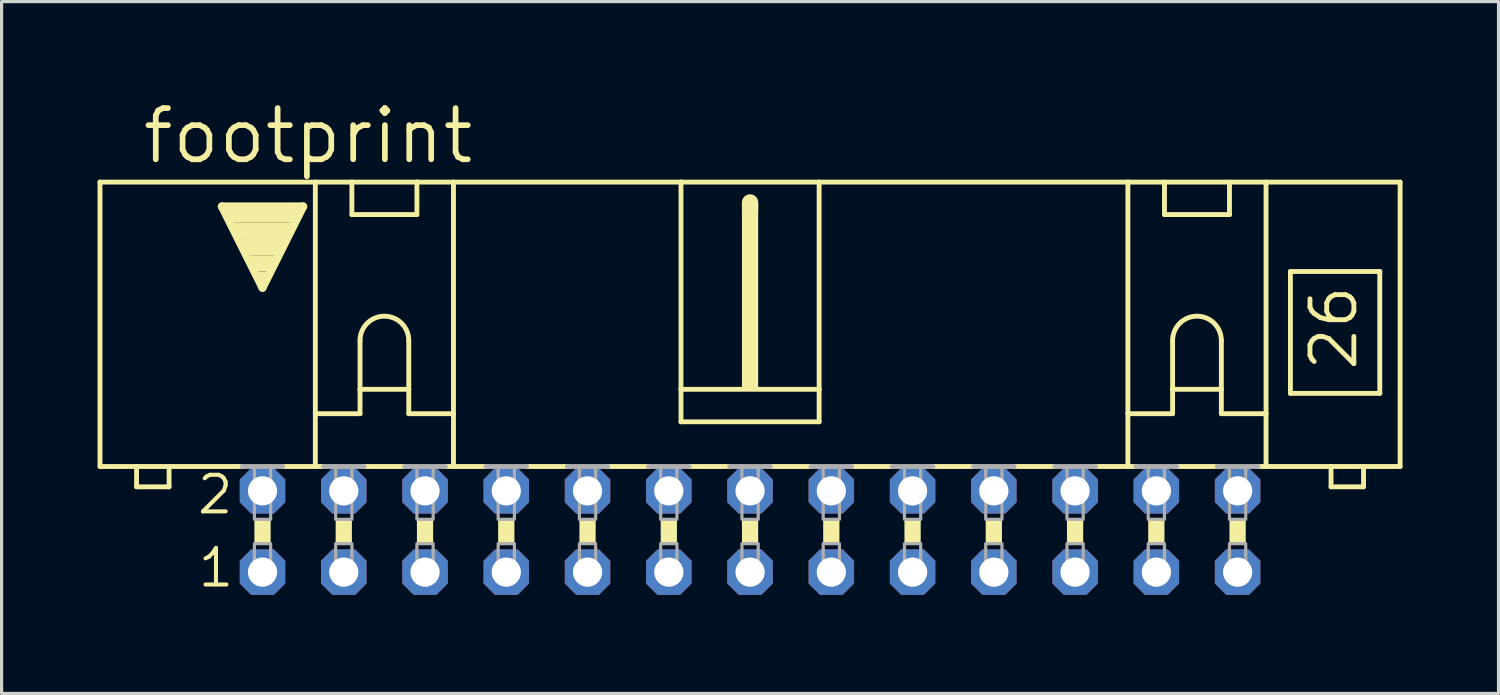
<source format=kicad_pcb>
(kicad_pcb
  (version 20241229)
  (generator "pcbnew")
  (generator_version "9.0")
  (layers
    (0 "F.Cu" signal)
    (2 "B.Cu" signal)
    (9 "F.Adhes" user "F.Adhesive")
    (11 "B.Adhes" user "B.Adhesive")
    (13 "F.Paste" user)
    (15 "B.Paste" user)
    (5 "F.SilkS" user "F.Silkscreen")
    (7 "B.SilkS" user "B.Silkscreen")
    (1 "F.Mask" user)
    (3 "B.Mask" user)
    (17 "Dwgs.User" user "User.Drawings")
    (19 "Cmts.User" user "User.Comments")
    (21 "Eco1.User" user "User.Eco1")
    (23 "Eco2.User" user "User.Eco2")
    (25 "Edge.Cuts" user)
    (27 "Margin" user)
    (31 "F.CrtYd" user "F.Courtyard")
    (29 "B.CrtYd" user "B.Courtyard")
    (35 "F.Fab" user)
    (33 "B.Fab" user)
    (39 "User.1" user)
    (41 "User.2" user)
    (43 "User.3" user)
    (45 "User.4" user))
  (footprint "footprint"
    (layer "F.Cu")
    (at 20.396 13.564)
    (property "Reference" "footprint" (at -19.075 -11.43 0) (layer "F.SilkS") (effects (font (size 1.6 1.6) (thickness 0.178)) (justify left bottom)))
    (fp_line (start -20.32 -2.032) (end -20.32 -10.922) (stroke (width 0.152) (type solid)) (layer "F.SilkS"))
    (fp_line (start -20.32 -2.032) (end -19.177 -2.032) (stroke (width 0.152) (type solid)) (layer "F.SilkS"))
    (fp_line (start -19.177 -2.032) (end -19.177 -1.397) (stroke (width 0.152) (type solid)) (layer "F.SilkS"))
    (fp_line (start -19.177 -2.032) (end -18.161 -2.032) (stroke (width 0.152) (type solid)) (layer "F.SilkS"))
    (fp_line (start -18.161 -2.032) (end -15.875 -2.032) (stroke (width 0.152) (type solid)) (layer "F.SilkS"))
    (fp_line (start -18.161 -1.397) (end -19.177 -1.397) (stroke (width 0.152) (type solid)) (layer "F.SilkS"))
    (fp_line (start -18.161 -1.397) (end -18.161 -2.032) (stroke (width 0.152) (type solid)) (layer "F.SilkS"))
    (fp_line (start -16.51 -10.16) (end -13.97 -10.16) (stroke (width 0.254) (type solid)) (layer "F.SilkS"))
    (fp_line (start -15.24 -7.62) (end -16.51 -10.16) (stroke (width 0.254) (type solid)) (layer "F.SilkS"))
    (fp_line (start -14.605 -2.032) (end -13.589 -2.032) (stroke (width 0.152) (type solid)) (layer "F.SilkS"))
    (fp_line (start -13.97 -10.16) (end -15.24 -7.62) (stroke (width 0.254) (type solid)) (layer "F.SilkS"))
    (fp_line (start -13.589 -10.922) (end -20.32 -10.922) (stroke (width 0.152) (type solid)) (layer "F.SilkS"))
    (fp_line (start -13.589 -10.922) (end -12.446 -10.922) (stroke (width 0.152) (type solid)) (layer "F.SilkS"))
    (fp_line (start -13.589 -3.683) (end -13.589 -10.922) (stroke (width 0.152) (type solid)) (layer "F.SilkS"))
    (fp_line (start -13.589 -3.683) (end -13.589 -2.032) (stroke (width 0.152) (type solid)) (layer "F.SilkS"))
    (fp_line (start -13.589 -3.683) (end -12.192 -3.683) (stroke (width 0.152) (type solid)) (layer "F.SilkS"))
    (fp_line (start -13.589 -2.032) (end -13.335 -2.032) (stroke (width 0.152) (type solid)) (layer "F.SilkS"))
    (fp_line (start -12.446 -10.922) (end -10.414 -10.922) (stroke (width 0.152) (type solid)) (layer "F.SilkS"))
    (fp_line (start -12.446 -9.906) (end -12.446 -10.922) (stroke (width 0.152) (type solid)) (layer "F.SilkS"))
    (fp_line (start -12.446 -9.906) (end -10.414 -9.906) (stroke (width 0.152) (type solid)) (layer "F.SilkS"))
    (fp_line (start -12.192 -5.969) (end -12.192 -4.445) (stroke (width 0.152) (type solid)) (layer "F.SilkS"))
    (fp_line (start -12.192 -4.445) (end -12.192 -3.683) (stroke (width 0.152) (type solid)) (layer "F.SilkS"))
    (fp_line (start -12.192 -4.445) (end -10.668 -4.445) (stroke (width 0.152) (type solid)) (layer "F.SilkS"))
    (fp_line (start -12.065 -2.032) (end -10.795 -2.032) (stroke (width 0.152) (type solid)) (layer "F.SilkS"))
    (fp_line (start -10.668 -5.969) (end -10.668 -4.445) (stroke (width 0.152) (type solid)) (layer "F.SilkS"))
    (fp_line (start -10.668 -4.445) (end -10.668 -3.683) (stroke (width 0.152) (type solid)) (layer "F.SilkS"))
    (fp_line (start -10.668 -3.683) (end -9.271 -3.683) (stroke (width 0.152) (type solid)) (layer "F.SilkS"))
    (fp_line (start -10.414 -10.922) (end -10.414 -9.906) (stroke (width 0.152) (type solid)) (layer "F.SilkS"))
    (fp_line (start -10.414 -10.922) (end -9.271 -10.922) (stroke (width 0.152) (type solid)) (layer "F.SilkS"))
    (fp_line (start -9.271 -10.922) (end -2.159 -10.922) (stroke (width 0.152) (type solid)) (layer "F.SilkS"))
    (fp_line (start -9.271 -3.683) (end -9.271 -10.922) (stroke (width 0.152) (type solid)) (layer "F.SilkS"))
    (fp_line (start -9.271 -3.683) (end -9.271 -2.032) (stroke (width 0.152) (type solid)) (layer "F.SilkS"))
    (fp_line (start -9.271 -2.032) (end -9.525 -2.032) (stroke (width 0.152) (type solid)) (layer "F.SilkS"))
    (fp_line (start -9.271 -2.032) (end -8.255 -2.032) (stroke (width 0.152) (type solid)) (layer "F.SilkS"))
    (fp_line (start -6.985 -2.032) (end -5.715 -2.032) (stroke (width 0.152) (type solid)) (layer "F.SilkS"))
    (fp_line (start -4.445 -2.032) (end -3.175 -2.032) (stroke (width 0.152) (type solid)) (layer "F.SilkS"))
    (fp_line (start -2.159 -10.922) (end -2.159 -4.445) (stroke (width 0.152) (type solid)) (layer "F.SilkS"))
    (fp_line (start -2.159 -10.922) (end 2.159 -10.922) (stroke (width 0.152) (type solid)) (layer "F.SilkS"))
    (fp_line (start -2.159 -4.445) (end -2.159 -3.429) (stroke (width 0.152) (type solid)) (layer "F.SilkS"))
    (fp_line (start -1.905 -2.032) (end -0.635 -2.032) (stroke (width 0.152) (type solid)) (layer "F.SilkS"))
    (fp_line (start 0 -10.033) (end 0 -10.287) (stroke (width 0.508) (type solid)) (layer "F.SilkS"))
    (fp_line (start 0.635 -2.032) (end 1.905 -2.032) (stroke (width 0.152) (type solid)) (layer "F.SilkS"))
    (fp_line (start 2.159 -10.922) (end 2.159 -4.445) (stroke (width 0.152) (type solid)) (layer "F.SilkS"))
    (fp_line (start 2.159 -10.922) (end 11.811 -10.922) (stroke (width 0.152) (type solid)) (layer "F.SilkS"))
    (fp_line (start 2.159 -4.445) (end -2.159 -4.445) (stroke (width 0.152) (type solid)) (layer "F.SilkS"))
    (fp_line (start 2.159 -4.445) (end 2.159 -3.429) (stroke (width 0.152) (type solid)) (layer "F.SilkS"))
    (fp_line (start 2.159 -3.429) (end -2.159 -3.429) (stroke (width 0.152) (type solid)) (layer "F.SilkS"))
    (fp_line (start 3.175 -2.032) (end 4.445 -2.032) (stroke (width 0.152) (type solid)) (layer "F.SilkS"))
    (fp_line (start 5.715 -2.032) (end 6.985 -2.032) (stroke (width 0.152) (type solid)) (layer "F.SilkS"))
    (fp_line (start 8.255 -2.032) (end 9.525 -2.032) (stroke (width 0.152) (type solid)) (layer "F.SilkS"))
    (fp_line (start 10.795 -2.032) (end 11.811 -2.032) (stroke (width 0.152) (type solid)) (layer "F.SilkS"))
    (fp_line (start 11.811 -10.922) (end 16.129 -10.922) (stroke (width 0.152) (type solid)) (layer "F.SilkS"))
    (fp_line (start 11.811 -3.683) (end 11.811 -10.922) (stroke (width 0.152) (type solid)) (layer "F.SilkS"))
    (fp_line (start 11.811 -3.683) (end 11.811 -2.032) (stroke (width 0.152) (type solid)) (layer "F.SilkS"))
    (fp_line (start 11.811 -3.683) (end 13.208 -3.683) (stroke (width 0.152) (type solid)) (layer "F.SilkS"))
    (fp_line (start 11.811 -2.032) (end 12.065 -2.032) (stroke (width 0.152) (type solid)) (layer "F.SilkS"))
    (fp_line (start 12.954 -9.906) (end 12.954 -10.922) (stroke (width 0.152) (type solid)) (layer "F.SilkS"))
    (fp_line (start 12.954 -9.906) (end 14.986 -9.906) (stroke (width 0.152) (type solid)) (layer "F.SilkS"))
    (fp_line (start 13.208 -5.969) (end 13.208 -4.445) (stroke (width 0.152) (type solid)) (layer "F.SilkS"))
    (fp_line (start 13.208 -4.445) (end 13.208 -3.683) (stroke (width 0.152) (type solid)) (layer "F.SilkS"))
    (fp_line (start 13.208 -4.445) (end 14.732 -4.445) (stroke (width 0.152) (type solid)) (layer "F.SilkS"))
    (fp_line (start 13.335 -2.032) (end 14.732 -2.032) (stroke (width 0.152) (type solid)) (layer "F.SilkS"))
    (fp_line (start 14.732 -5.969) (end 14.732 -4.445) (stroke (width 0.152) (type solid)) (layer "F.SilkS"))
    (fp_line (start 14.732 -4.445) (end 14.732 -3.683) (stroke (width 0.152) (type solid)) (layer "F.SilkS"))
    (fp_line (start 14.732 -3.683) (end 16.129 -3.683) (stroke (width 0.152) (type solid)) (layer "F.SilkS"))
    (fp_line (start 14.986 -10.922) (end 14.986 -9.906) (stroke (width 0.152) (type solid)) (layer "F.SilkS"))
    (fp_line (start 16.129 -10.922) (end 20.32 -10.922) (stroke (width 0.152) (type solid)) (layer "F.SilkS"))
    (fp_line (start 16.129 -3.683) (end 16.129 -10.922) (stroke (width 0.152) (type solid)) (layer "F.SilkS"))
    (fp_line (start 16.129 -3.683) (end 16.129 -2.032) (stroke (width 0.152) (type solid)) (layer "F.SilkS"))
    (fp_line (start 16.129 -2.032) (end 15.875 -2.032) (stroke (width 0.152) (type solid)) (layer "F.SilkS"))
    (fp_line (start 16.891 -8.128) (end 16.891 -4.318) (stroke (width 0.152) (type solid)) (layer "F.SilkS"))
    (fp_line (start 16.891 -8.128) (end 19.685 -8.128) (stroke (width 0.152) (type solid)) (layer "F.SilkS"))
    (fp_line (start 16.891 -4.318) (end 19.685 -4.318) (stroke (width 0.152) (type solid)) (layer "F.SilkS"))
    (fp_line (start 18.161 -2.032) (end 16.129 -2.032) (stroke (width 0.152) (type solid)) (layer "F.SilkS"))
    (fp_line (start 18.161 -2.032) (end 18.161 -1.397) (stroke (width 0.152) (type solid)) (layer "F.SilkS"))
    (fp_line (start 19.177 -2.032) (end 18.161 -2.032) (stroke (width 0.152) (type solid)) (layer "F.SilkS"))
    (fp_line (start 19.177 -1.397) (end 18.161 -1.397) (stroke (width 0.152) (type solid)) (layer "F.SilkS"))
    (fp_line (start 19.177 -1.397) (end 19.177 -2.032) (stroke (width 0.152) (type solid)) (layer "F.SilkS"))
    (fp_line (start 19.685 -4.318) (end 19.685 -8.128) (stroke (width 0.152) (type solid)) (layer "F.SilkS"))
    (fp_line (start 20.32 -2.032) (end 19.177 -2.032) (stroke (width 0.152) (type solid)) (layer "F.SilkS"))
    (fp_line (start 20.32 -2.032) (end 20.32 -10.922) (stroke (width 0.152) (type solid)) (layer "F.SilkS"))
    (fp_arc (start -12.192 -5.969) (mid -11.43 -6.731) (end -10.668 -5.969) (stroke (width 0.1524) (type solid)) (layer "F.SilkS"))
    (fp_arc (start 13.208 -5.969) (mid 13.97 -6.731) (end 14.732 -5.969) (stroke (width 0.1524) (type solid)) (layer "F.SilkS"))
    (fp_poly (pts (xy -16.383 -9.652) (xy -14.097 -9.652) (xy -14.097 -10.16) (xy -16.383 -10.16)) (stroke (width 0) (type solid)) (fill yes) (layer "F.SilkS"))
    (fp_poly (pts (xy -16.129 -9.144) (xy -14.351 -9.144) (xy -14.351 -9.652) (xy -16.129 -9.652)) (stroke (width 0) (type solid)) (fill yes) (layer "F.SilkS"))
    (fp_poly (pts (xy -15.875 -8.636) (xy -14.605 -8.636) (xy -14.605 -9.144) (xy -15.875 -9.144)) (stroke (width 0) (type solid)) (fill yes) (layer "F.SilkS"))
    (fp_poly (pts (xy -15.621 -8.128) (xy -14.859 -8.128) (xy -14.859 -8.636) (xy -15.621 -8.636)) (stroke (width 0) (type solid)) (fill yes) (layer "F.SilkS"))
    (fp_poly (pts (xy -15.494 0.381) (xy -14.986 0.381) (xy -14.986 -0.381) (xy -15.494 -0.381)) (stroke (width 0) (type solid)) (fill yes) (layer "F.SilkS"))
    (fp_poly (pts (xy -15.367 -7.874) (xy -15.113 -7.874) (xy -15.113 -8.128) (xy -15.367 -8.128)) (stroke (width 0) (type solid)) (fill yes) (layer "F.SilkS"))
    (fp_poly (pts (xy -12.954 0.381) (xy -12.446 0.381) (xy -12.446 -0.381) (xy -12.954 -0.381)) (stroke (width 0) (type solid)) (fill yes) (layer "F.SilkS"))
    (fp_poly (pts (xy -10.414 0.381) (xy -9.906 0.381) (xy -9.906 -0.381) (xy -10.414 -0.381)) (stroke (width 0) (type solid)) (fill yes) (layer "F.SilkS"))
    (fp_poly (pts (xy -7.874 0.381) (xy -7.366 0.381) (xy -7.366 -0.381) (xy -7.874 -0.381)) (stroke (width 0) (type solid)) (fill yes) (layer "F.SilkS"))
    (fp_poly (pts (xy -5.334 0.381) (xy -4.826 0.381) (xy -4.826 -0.381) (xy -5.334 -0.381)) (stroke (width 0) (type solid)) (fill yes) (layer "F.SilkS"))
    (fp_poly (pts (xy -2.794 0.381) (xy -2.286 0.381) (xy -2.286 -0.381) (xy -2.794 -0.381)) (stroke (width 0) (type solid)) (fill yes) (layer "F.SilkS"))
    (fp_poly (pts (xy -0.254 -4.445) (xy 0.254 -4.445) (xy 0.254 -10.287) (xy -0.254 -10.287)) (stroke (width 0) (type solid)) (fill yes) (layer "F.SilkS"))
    (fp_poly (pts (xy -0.254 0.381) (xy 0.254 0.381) (xy 0.254 -0.381) (xy -0.254 -0.381)) (stroke (width 0) (type solid)) (fill yes) (layer "F.SilkS"))
    (fp_poly (pts (xy 2.286 0.381) (xy 2.794 0.381) (xy 2.794 -0.381) (xy 2.286 -0.381)) (stroke (width 0) (type solid)) (fill yes) (layer "F.SilkS"))
    (fp_poly (pts (xy 4.826 0.381) (xy 5.334 0.381) (xy 5.334 -0.381) (xy 4.826 -0.381)) (stroke (width 0) (type solid)) (fill yes) (layer "F.SilkS"))
    (fp_poly (pts (xy 7.366 0.381) (xy 7.874 0.381) (xy 7.874 -0.381) (xy 7.366 -0.381)) (stroke (width 0) (type solid)) (fill yes) (layer "F.SilkS"))
    (fp_poly (pts (xy 9.906 0.381) (xy 10.414 0.381) (xy 10.414 -0.381) (xy 9.906 -0.381)) (stroke (width 0) (type solid)) (fill yes) (layer "F.SilkS"))
    (fp_poly (pts (xy 12.446 0.381) (xy 12.954 0.381) (xy 12.954 -0.381) (xy 12.446 -0.381)) (stroke (width 0) (type solid)) (fill yes) (layer "F.SilkS"))
    (fp_poly (pts (xy 14.986 0.381) (xy 15.494 0.381) (xy 15.494 -0.381) (xy 14.986 -0.381)) (stroke (width 0) (type solid)) (fill yes) (layer "F.SilkS"))
    (fp_line (start -15.875 -2.032) (end -14.605 -2.032) (stroke (width 0.152) (type solid)) (layer "F.Fab"))
    (fp_line (start -13.335 -2.032) (end -12.065 -2.032) (stroke (width 0.152) (type solid)) (layer "F.Fab"))
    (fp_line (start -10.795 -2.032) (end -9.525 -2.032) (stroke (width 0.152) (type solid)) (layer "F.Fab"))
    (fp_line (start -8.255 -2.032) (end -6.985 -2.032) (stroke (width 0.152) (type solid)) (layer "F.Fab"))
    (fp_line (start -4.445 -2.032) (end -5.715 -2.032) (stroke (width 0.152) (type solid)) (layer "F.Fab"))
    (fp_line (start -1.905 -2.032) (end -3.175 -2.032) (stroke (width 0.152) (type solid)) (layer "F.Fab"))
    (fp_line (start 0.635 -2.032) (end -0.635 -2.032) (stroke (width 0.152) (type solid)) (layer "F.Fab"))
    (fp_line (start 3.175 -2.032) (end 1.905 -2.032) (stroke (width 0.152) (type solid)) (layer "F.Fab"))
    (fp_line (start 5.715 -2.032) (end 4.445 -2.032) (stroke (width 0.152) (type solid)) (layer "F.Fab"))
    (fp_line (start 8.255 -2.032) (end 6.985 -2.032) (stroke (width 0.152) (type solid)) (layer "F.Fab"))
    (fp_line (start 10.795 -2.032) (end 9.525 -2.032) (stroke (width 0.152) (type solid)) (layer "F.Fab"))
    (fp_line (start 13.335 -2.032) (end 12.065 -2.032) (stroke (width 0.152) (type solid)) (layer "F.Fab"))
    (fp_line (start 15.875 -2.032) (end 14.605 -2.032) (stroke (width 0.152) (type solid)) (layer "F.Fab"))
    (fp_poly (pts (xy -15.494 -0.381) (xy -14.986 -0.381) (xy -14.986 -2.032) (xy -15.494 -2.032)) (stroke (width 0.1) (type solid)) (fill no) (layer "F.Fab"))
    (fp_poly (pts (xy -15.494 1.524) (xy -14.986 1.524) (xy -14.986 0.381) (xy -15.494 0.381)) (stroke (width 0.1) (type solid)) (fill no) (layer "F.Fab"))
    (fp_poly (pts (xy -12.954 -0.381) (xy -12.446 -0.381) (xy -12.446 -2.032) (xy -12.954 -2.032)) (stroke (width 0.1) (type solid)) (fill no) (layer "F.Fab"))
    (fp_poly (pts (xy -12.954 1.524) (xy -12.446 1.524) (xy -12.446 0.381) (xy -12.954 0.381)) (stroke (width 0.1) (type solid)) (fill no) (layer "F.Fab"))
    (fp_poly (pts (xy -10.414 -0.381) (xy -9.906 -0.381) (xy -9.906 -2.032) (xy -10.414 -2.032)) (stroke (width 0.1) (type solid)) (fill no) (layer "F.Fab"))
    (fp_poly (pts (xy -10.414 1.524) (xy -9.906 1.524) (xy -9.906 0.381) (xy -10.414 0.381)) (stroke (width 0.1) (type solid)) (fill no) (layer "F.Fab"))
    (fp_poly (pts (xy -7.874 -0.381) (xy -7.366 -0.381) (xy -7.366 -2.032) (xy -7.874 -2.032)) (stroke (width 0.1) (type solid)) (fill no) (layer "F.Fab"))
    (fp_poly (pts (xy -7.874 1.524) (xy -7.366 1.524) (xy -7.366 0.381) (xy -7.874 0.381)) (stroke (width 0.1) (type solid)) (fill no) (layer "F.Fab"))
    (fp_poly (pts (xy -5.334 -0.381) (xy -4.826 -0.381) (xy -4.826 -2.032) (xy -5.334 -2.032)) (stroke (width 0.1) (type solid)) (fill no) (layer "F.Fab"))
    (fp_poly (pts (xy -5.334 1.524) (xy -4.826 1.524) (xy -4.826 0.381) (xy -5.334 0.381)) (stroke (width 0.1) (type solid)) (fill no) (layer "F.Fab"))
    (fp_poly (pts (xy -2.794 -0.381) (xy -2.286 -0.381) (xy -2.286 -2.032) (xy -2.794 -2.032)) (stroke (width 0.1) (type solid)) (fill no) (layer "F.Fab"))
    (fp_poly (pts (xy -2.794 1.524) (xy -2.286 1.524) (xy -2.286 0.381) (xy -2.794 0.381)) (stroke (width 0.1) (type solid)) (fill no) (layer "F.Fab"))
    (fp_poly (pts (xy -0.254 -0.381) (xy 0.254 -0.381) (xy 0.254 -2.032) (xy -0.254 -2.032)) (stroke (width 0.1) (type solid)) (fill no) (layer "F.Fab"))
    (fp_poly (pts (xy -0.254 1.524) (xy 0.254 1.524) (xy 0.254 0.381) (xy -0.254 0.381)) (stroke (width 0.1) (type solid)) (fill no) (layer "F.Fab"))
    (fp_poly (pts (xy 2.286 -0.381) (xy 2.794 -0.381) (xy 2.794 -2.032) (xy 2.286 -2.032)) (stroke (width 0.1) (type solid)) (fill no) (layer "F.Fab"))
    (fp_poly (pts (xy 2.286 1.524) (xy 2.794 1.524) (xy 2.794 0.381) (xy 2.286 0.381)) (stroke (width 0.1) (type solid)) (fill no) (layer "F.Fab"))
    (fp_poly (pts (xy 4.826 -0.381) (xy 5.334 -0.381) (xy 5.334 -2.032) (xy 4.826 -2.032)) (stroke (width 0.1) (type solid)) (fill no) (layer "F.Fab"))
    (fp_poly (pts (xy 4.826 1.524) (xy 5.334 1.524) (xy 5.334 0.381) (xy 4.826 0.381)) (stroke (width 0.1) (type solid)) (fill no) (layer "F.Fab"))
    (fp_poly (pts (xy 7.366 -0.381) (xy 7.874 -0.381) (xy 7.874 -2.032) (xy 7.366 -2.032)) (stroke (width 0.1) (type solid)) (fill no) (layer "F.Fab"))
    (fp_poly (pts (xy 7.366 1.524) (xy 7.874 1.524) (xy 7.874 0.381) (xy 7.366 0.381)) (stroke (width 0.1) (type solid)) (fill no) (layer "F.Fab"))
    (fp_poly (pts (xy 9.906 -0.381) (xy 10.414 -0.381) (xy 10.414 -2.032) (xy 9.906 -2.032)) (stroke (width 0.1) (type solid)) (fill no) (layer "F.Fab"))
    (fp_poly (pts (xy 9.906 1.524) (xy 10.414 1.524) (xy 10.414 0.381) (xy 9.906 0.381)) (stroke (width 0.1) (type solid)) (fill no) (layer "F.Fab"))
    (fp_poly (pts (xy 12.446 -0.381) (xy 12.954 -0.381) (xy 12.954 -2.032) (xy 12.446 -2.032)) (stroke (width 0.1) (type solid)) (fill no) (layer "F.Fab"))
    (fp_poly (pts (xy 12.446 1.524) (xy 12.954 1.524) (xy 12.954 0.381) (xy 12.446 0.381)) (stroke (width 0.1) (type solid)) (fill no) (layer "F.Fab"))
    (fp_poly (pts (xy 14.986 -0.381) (xy 15.494 -0.381) (xy 15.494 -2.032) (xy 14.986 -2.032)) (stroke (width 0.1) (type solid)) (fill no) (layer "F.Fab"))
    (fp_poly (pts (xy 14.986 1.524) (xy 15.494 1.524) (xy 15.494 0.381) (xy 14.986 0.381)) (stroke (width 0.1) (type solid)) (fill no) (layer "F.Fab"))
    (fp_text user "2" (at -17.348 -0.483 0) (layer "F.SilkS") (effects (font (size 1.143 1.143) (thickness 0.127)) (justify left bottom)))
    (fp_text user "26" (at 19.05 -4.953 90) (layer "F.SilkS") (effects (font (size 1.372 1.372) (thickness 0.152)) (justify left bottom)))
    (fp_text user "1" (at -17.323 1.803 0) (layer "F.SilkS") (effects (font (size 1.143 1.143) (thickness 0.127)) (justify left bottom)))
    (pad "1" thru_hole roundrect (at -15.24 1.27) (size 1.422 1.422) (drill 0.914) (layers "*.Cu" "*.Mask") (roundrect_rratio 0.25) (chamfer_ratio 0.25) (chamfer top_left top_right bottom_left bottom_right))
    (pad "2" thru_hole roundrect (at -15.24 -1.27) (size 1.422 1.422) (drill 0.914) (layers "*.Cu" "*.Mask") (roundrect_rratio 0.25) (chamfer_ratio 0.25) (chamfer top_left top_right bottom_left bottom_right))
    (pad "3" thru_hole roundrect (at -12.7 1.27) (size 1.422 1.422) (drill 0.914) (layers "*.Cu" "*.Mask") (roundrect_rratio 0.25) (chamfer_ratio 0.25) (chamfer top_left top_right bottom_left bottom_right))
    (pad "4" thru_hole roundrect (at -12.7 -1.27) (size 1.422 1.422) (drill 0.914) (layers "*.Cu" "*.Mask") (roundrect_rratio 0.25) (chamfer_ratio 0.25) (chamfer top_left top_right bottom_left bottom_right))
    (pad "5" thru_hole roundrect (at -10.16 1.27) (size 1.422 1.422) (drill 0.914) (layers "*.Cu" "*.Mask") (roundrect_rratio 0.25) (chamfer_ratio 0.25) (chamfer top_left top_right bottom_left bottom_right))
    (pad "6" thru_hole roundrect (at -10.16 -1.27) (size 1.422 1.422) (drill 0.914) (layers "*.Cu" "*.Mask") (roundrect_rratio 0.25) (chamfer_ratio 0.25) (chamfer top_left top_right bottom_left bottom_right))
    (pad "7" thru_hole roundrect (at -7.62 1.27) (size 1.422 1.422) (drill 0.914) (layers "*.Cu" "*.Mask") (roundrect_rratio 0.25) (chamfer_ratio 0.25) (chamfer top_left top_right bottom_left bottom_right))
    (pad "8" thru_hole roundrect (at -7.62 -1.27) (size 1.422 1.422) (drill 0.914) (layers "*.Cu" "*.Mask") (roundrect_rratio 0.25) (chamfer_ratio 0.25) (chamfer top_left top_right bottom_left bottom_right))
    (pad "9" thru_hole roundrect (at -5.08 1.27) (size 1.422 1.422) (drill 0.914) (layers "*.Cu" "*.Mask") (roundrect_rratio 0.25) (chamfer_ratio 0.25) (chamfer top_left top_right bottom_left bottom_right))
    (pad "10" thru_hole roundrect (at -5.08 -1.27) (size 1.422 1.422) (drill 0.914) (layers "*.Cu" "*.Mask") (roundrect_rratio 0.25) (chamfer_ratio 0.25) (chamfer top_left top_right bottom_left bottom_right))
    (pad "11" thru_hole roundrect (at -2.54 1.27) (size 1.422 1.422) (drill 0.914) (layers "*.Cu" "*.Mask") (roundrect_rratio 0.25) (chamfer_ratio 0.25) (chamfer top_left top_right bottom_left bottom_right))
    (pad "12" thru_hole roundrect (at -2.54 -1.27) (size 1.422 1.422) (drill 0.914) (layers "*.Cu" "*.Mask") (roundrect_rratio 0.25) (chamfer_ratio 0.25) (chamfer top_left top_right bottom_left bottom_right))
    (pad "13" thru_hole roundrect (at 0 1.27) (size 1.422 1.422) (drill 0.914) (layers "*.Cu" "*.Mask") (roundrect_rratio 0.25) (chamfer_ratio 0.25) (chamfer top_left top_right bottom_left bottom_right))
    (pad "14" thru_hole roundrect (at 0 -1.27) (size 1.422 1.422) (drill 0.914) (layers "*.Cu" "*.Mask") (roundrect_rratio 0.25) (chamfer_ratio 0.25) (chamfer top_left top_right bottom_left bottom_right))
    (pad "15" thru_hole roundrect (at 2.54 1.27) (size 1.422 1.422) (drill 0.914) (layers "*.Cu" "*.Mask") (roundrect_rratio 0.25) (chamfer_ratio 0.25) (chamfer top_left top_right bottom_left bottom_right))
    (pad "16" thru_hole roundrect (at 2.54 -1.27) (size 1.422 1.422) (drill 0.914) (layers "*.Cu" "*.Mask") (roundrect_rratio 0.25) (chamfer_ratio 0.25) (chamfer top_left top_right bottom_left bottom_right))
    (pad "17" thru_hole roundrect (at 5.08 1.27) (size 1.422 1.422) (drill 0.914) (layers "*.Cu" "*.Mask") (roundrect_rratio 0.25) (chamfer_ratio 0.25) (chamfer top_left top_right bottom_left bottom_right))
    (pad "18" thru_hole roundrect (at 5.08 -1.27) (size 1.422 1.422) (drill 0.914) (layers "*.Cu" "*.Mask") (roundrect_rratio 0.25) (chamfer_ratio 0.25) (chamfer top_left top_right bottom_left bottom_right))
    (pad "19" thru_hole roundrect (at 7.62 1.27) (size 1.422 1.422) (drill 0.914) (layers "*.Cu" "*.Mask") (roundrect_rratio 0.25) (chamfer_ratio 0.25) (chamfer top_left top_right bottom_left bottom_right))
    (pad "20" thru_hole roundrect (at 7.62 -1.27) (size 1.422 1.422) (drill 0.914) (layers "*.Cu" "*.Mask") (roundrect_rratio 0.25) (chamfer_ratio 0.25) (chamfer top_left top_right bottom_left bottom_right))
    (pad "21" thru_hole roundrect (at 10.16 1.27) (size 1.422 1.422) (drill 0.914) (layers "*.Cu" "*.Mask") (roundrect_rratio 0.25) (chamfer_ratio 0.25) (chamfer top_left top_right bottom_left bottom_right))
    (pad "22" thru_hole roundrect (at 10.16 -1.27) (size 1.422 1.422) (drill 0.914) (layers "*.Cu" "*.Mask") (roundrect_rratio 0.25) (chamfer_ratio 0.25) (chamfer top_left top_right bottom_left bottom_right))
    (pad "23" thru_hole roundrect (at 12.7 1.27) (size 1.422 1.422) (drill 0.914) (layers "*.Cu" "*.Mask") (roundrect_rratio 0.25) (chamfer_ratio 0.25) (chamfer top_left top_right bottom_left bottom_right))
    (pad "24" thru_hole roundrect (at 12.7 -1.27) (size 1.422 1.422) (drill 0.914) (layers "*.Cu" "*.Mask") (roundrect_rratio 0.25) (chamfer_ratio 0.25) (chamfer top_left top_right bottom_left bottom_right))
    (pad "25" thru_hole roundrect (at 15.24 1.27) (size 1.422 1.422) (drill 0.914) (layers "*.Cu" "*.Mask") (roundrect_rratio 0.25) (chamfer_ratio 0.25) (chamfer top_left top_right bottom_left bottom_right))
    (pad "26" thru_hole roundrect (at 15.24 -1.27) (size 1.422 1.422) (drill 0.914) (layers "*.Cu" "*.Mask") (roundrect_rratio 0.25) (chamfer_ratio 0.25) (chamfer top_left top_right bottom_left bottom_right)))
  (gr_rect
    (start -3 -3)
    (end 43.792 18.626)
    (stroke (width 0.1) (type default))
    (fill no)
    (layer "Edge.Cuts")))
</source>
